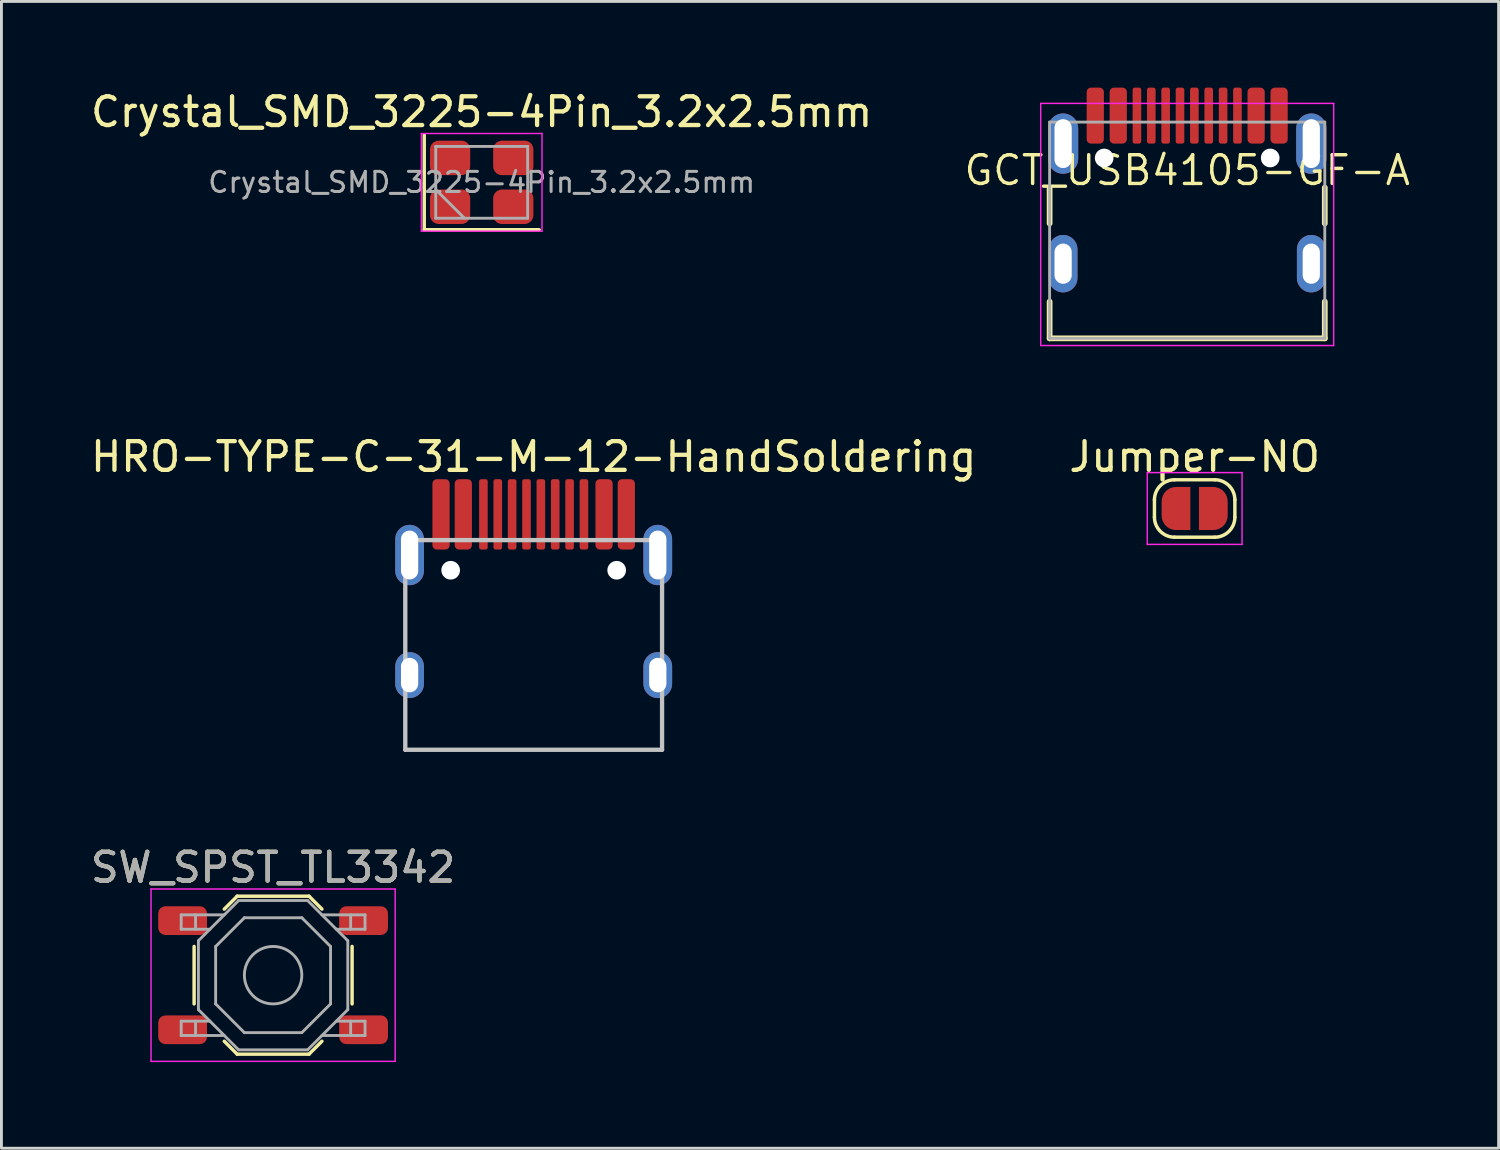
<source format=kicad_pcb>
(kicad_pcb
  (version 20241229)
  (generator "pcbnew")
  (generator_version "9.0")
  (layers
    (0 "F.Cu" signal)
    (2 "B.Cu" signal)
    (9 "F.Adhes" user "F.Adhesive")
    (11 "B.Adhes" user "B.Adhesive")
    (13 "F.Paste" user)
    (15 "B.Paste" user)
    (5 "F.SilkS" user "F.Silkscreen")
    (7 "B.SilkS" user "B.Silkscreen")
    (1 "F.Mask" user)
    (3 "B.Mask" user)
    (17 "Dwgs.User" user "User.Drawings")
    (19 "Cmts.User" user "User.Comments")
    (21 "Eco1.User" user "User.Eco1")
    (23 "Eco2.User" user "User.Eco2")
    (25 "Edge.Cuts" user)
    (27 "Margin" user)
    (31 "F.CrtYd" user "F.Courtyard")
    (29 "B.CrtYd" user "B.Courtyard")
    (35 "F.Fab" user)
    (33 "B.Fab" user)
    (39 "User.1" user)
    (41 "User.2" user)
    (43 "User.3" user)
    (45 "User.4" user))
  (footprint "HRO-TYPE-C-31-M-12-HandSoldering"
    (layer "F.Cu")
    (at 15.53 23.053)
    (property "Reference" "HRO-TYPE-C-31-M-12-HandSoldering" (at 0 -10.2 0) (layer "F.SilkS") (effects (font (size 1 1) (thickness 0.15))))
    (attr smd)
    (fp_line (start -4.47 -7.3) (end 4.47 -7.3) (stroke (width 0.15) (type solid)) (layer "Dwgs.User"))
    (fp_line (start -4.47 0) (end -4.47 -7.3) (stroke (width 0.15) (type solid)) (layer "Dwgs.User"))
    (fp_line (start -4.47 0) (end 4.47 0) (stroke (width 0.15) (type solid)) (layer "Dwgs.User"))
    (fp_line (start 4.47 0) (end 4.47 -7.3) (stroke (width 0.15) (type solid)) (layer "Dwgs.User"))
    (pad "" np_thru_hole circle (at -2.89 -6.25) (size 0.65 0.65) (drill 0.65) (layers "*.Cu" "*.Mask"))
    (pad "" np_thru_hole circle (at 2.89 -6.25) (size 0.65 0.65) (drill 0.65) (layers "*.Cu" "*.Mask"))
    (pad "1" smd roundrect (at -3.225 -8.195) (size 0.6 2.45) (layers "F.Cu" "F.Mask" "F.Paste") (roundrect_rratio 0.25))
    (pad "2" smd roundrect (at -2.45 -8.195) (size 0.6 2.45) (layers "F.Cu" "F.Mask" "F.Paste") (roundrect_rratio 0.25))
    (pad "3" smd roundrect (at -1.75 -8.195) (size 0.3 2.45) (layers "F.Cu" "F.Mask" "F.Paste") (roundrect_rratio 0.25))
    (pad "4" smd roundrect (at -1.25 -8.195) (size 0.3 2.45) (layers "F.Cu" "F.Mask" "F.Paste") (roundrect_rratio 0.25))
    (pad "5" smd roundrect (at -0.75 -8.195) (size 0.3 2.45) (layers "F.Cu" "F.Mask" "F.Paste") (roundrect_rratio 0.25))
    (pad "6" smd roundrect (at -0.25 -8.195) (size 0.3 2.45) (layers "F.Cu" "F.Mask" "F.Paste") (roundrect_rratio 0.25))
    (pad "7" smd roundrect (at 0.25 -8.195) (size 0.3 2.45) (layers "F.Cu" "F.Mask" "F.Paste") (roundrect_rratio 0.25))
    (pad "8" smd roundrect (at 0.75 -8.195) (size 0.3 2.45) (layers "F.Cu" "F.Mask" "F.Paste") (roundrect_rratio 0.25))
    (pad "9" smd roundrect (at 1.25 -8.195) (size 0.3 2.45) (layers "F.Cu" "F.Mask" "F.Paste") (roundrect_rratio 0.25))
    (pad "10" smd roundrect (at 1.75 -8.195) (size 0.3 2.45) (layers "F.Cu" "F.Mask" "F.Paste") (roundrect_rratio 0.25))
    (pad "11" smd roundrect (at 2.45 -8.195) (size 0.6 2.45) (layers "F.Cu" "F.Mask" "F.Paste") (roundrect_rratio 0.25))
    (pad "12" smd roundrect (at 3.225 -8.195) (size 0.6 2.45) (layers "F.Cu" "F.Mask" "F.Paste") (roundrect_rratio 0.25))
    (pad "13" thru_hole oval (at -4.32 -6.78) (size 1 2.1) (drill oval 0.6 1.7) (layers "*.Cu" "B.Mask"))
    (pad "13" thru_hole oval (at -4.32 -2.6) (size 1 1.6) (drill oval 0.6 1.2) (layers "*.Cu" "B.Mask"))
    (pad "13" thru_hole oval (at 4.32 -6.78) (size 1 2.1) (drill oval 0.6 1.7) (layers "*.Cu" "B.Mask"))
    (pad "13" thru_hole oval (at 4.32 -2.6) (size 1 1.6) (drill oval 0.6 1.2) (layers "*.Cu" "B.Mask")))
  (footprint "SW_SPST_TL3342"
    (layer "F.Cu")
    (at 6.458 30.901)
    (property "Reference" "SW_SPST_TL3342" (at 0 -3.75 0) (layer "F.SilkS") (effects (font (size 1 1) (thickness 0.15))))
    (attr smd)
    (fp_line (start -2.75 -1) (end -2.75 1) (stroke (width 0.12) (type solid)) (layer "F.SilkS"))
    (fp_line (start -1.7 -2.3) (end -1.25 -2.75) (stroke (width 0.12) (type solid)) (layer "F.SilkS"))
    (fp_line (start -1.7 2.3) (end -1.25 2.75) (stroke (width 0.12) (type solid)) (layer "F.SilkS"))
    (fp_line (start -1.25 -2.75) (end 1.25 -2.75) (stroke (width 0.12) (type solid)) (layer "F.SilkS"))
    (fp_line (start -1.25 2.75) (end 1.25 2.75) (stroke (width 0.12) (type solid)) (layer "F.SilkS"))
    (fp_line (start 1.7 -2.3) (end 1.25 -2.75) (stroke (width 0.12) (type solid)) (layer "F.SilkS"))
    (fp_line (start 1.7 2.3) (end 1.25 2.75) (stroke (width 0.12) (type solid)) (layer "F.SilkS"))
    (fp_line (start 2.75 -1) (end 2.75 1) (stroke (width 0.12) (type solid)) (layer "F.SilkS"))
    (fp_line (start -4.25 -3) (end 4.25 -3) (stroke (width 0.05) (type solid)) (layer "F.CrtYd"))
    (fp_line (start -4.25 3) (end -4.25 -3) (stroke (width 0.05) (type solid)) (layer "F.CrtYd"))
    (fp_line (start 4.25 -3) (end 4.25 3) (stroke (width 0.05) (type solid)) (layer "F.CrtYd"))
    (fp_line (start 4.25 3) (end -4.25 3) (stroke (width 0.05) (type solid)) (layer "F.CrtYd"))
    (fp_line (start -3.2 -2.1) (end -3.2 -1.6) (stroke (width 0.1) (type solid)) (layer "F.Fab"))
    (fp_line (start -3.2 -1.6) (end -2.2 -1.6) (stroke (width 0.1) (type solid)) (layer "F.Fab"))
    (fp_line (start -3.2 1.6) (end -2.2 1.6) (stroke (width 0.1) (type solid)) (layer "F.Fab"))
    (fp_line (start -3.2 2.1) (end -3.2 1.6) (stroke (width 0.1) (type solid)) (layer "F.Fab"))
    (fp_line (start -2.7 -2.1) (end -2.7 -1.6) (stroke (width 0.1) (type solid)) (layer "F.Fab"))
    (fp_line (start -2.7 2.1) (end -2.7 1.6) (stroke (width 0.1) (type solid)) (layer "F.Fab"))
    (fp_line (start -2.6 -1.2) (end -2.6 1.2) (stroke (width 0.1) (type solid)) (layer "F.Fab"))
    (fp_line (start -2.6 1.2) (end -1.2 2.6) (stroke (width 0.1) (type solid)) (layer "F.Fab"))
    (fp_line (start -2 -1) (end -1 -2) (stroke (width 0.1) (type solid)) (layer "F.Fab"))
    (fp_line (start -2 1) (end -2 -1) (stroke (width 0.1) (type solid)) (layer "F.Fab"))
    (fp_line (start -1.7 -2.1) (end -3.2 -2.1) (stroke (width 0.1) (type solid)) (layer "F.Fab"))
    (fp_line (start -1.7 2.1) (end -3.2 2.1) (stroke (width 0.1) (type solid)) (layer "F.Fab"))
    (fp_line (start -1.2 -2.6) (end -2.6 -1.2) (stroke (width 0.1) (type solid)) (layer "F.Fab"))
    (fp_line (start -1.2 2.6) (end 1.2 2.6) (stroke (width 0.1) (type solid)) (layer "F.Fab"))
    (fp_line (start -1 -2) (end 1 -2) (stroke (width 0.1) (type solid)) (layer "F.Fab"))
    (fp_line (start -1 2) (end -2 1) (stroke (width 0.1) (type solid)) (layer "F.Fab"))
    (fp_line (start 1 -2) (end 2 -1) (stroke (width 0.1) (type solid)) (layer "F.Fab"))
    (fp_line (start 1 2) (end -1 2) (stroke (width 0.1) (type solid)) (layer "F.Fab"))
    (fp_line (start 1.2 -2.6) (end -1.2 -2.6) (stroke (width 0.1) (type solid)) (layer "F.Fab"))
    (fp_line (start 1.2 2.6) (end 2.6 1.2) (stroke (width 0.1) (type solid)) (layer "F.Fab"))
    (fp_line (start 1.7 -2.1) (end 3.2 -2.1) (stroke (width 0.1) (type solid)) (layer "F.Fab"))
    (fp_line (start 1.7 2.1) (end 3.2 2.1) (stroke (width 0.1) (type solid)) (layer "F.Fab"))
    (fp_line (start 2 -1) (end 2 1) (stroke (width 0.1) (type solid)) (layer "F.Fab"))
    (fp_line (start 2 1) (end 1 2) (stroke (width 0.1) (type solid)) (layer "F.Fab"))
    (fp_line (start 2.6 -1.2) (end 1.2 -2.6) (stroke (width 0.1) (type solid)) (layer "F.Fab"))
    (fp_line (start 2.6 1.2) (end 2.6 -1.2) (stroke (width 0.1) (type solid)) (layer "F.Fab"))
    (fp_line (start 2.7 -2.1) (end 2.7 -1.6) (stroke (width 0.1) (type solid)) (layer "F.Fab"))
    (fp_line (start 2.7 2.1) (end 2.7 1.6) (stroke (width 0.1) (type solid)) (layer "F.Fab"))
    (fp_line (start 3.2 -2.1) (end 3.2 -1.6) (stroke (width 0.1) (type solid)) (layer "F.Fab"))
    (fp_line (start 3.2 -1.6) (end 2.2 -1.6) (stroke (width 0.1) (type solid)) (layer "F.Fab"))
    (fp_line (start 3.2 1.6) (end 2.2 1.6) (stroke (width 0.1) (type solid)) (layer "F.Fab"))
    (fp_line (start 3.2 2.1) (end 3.2 1.6) (stroke (width 0.1) (type solid)) (layer "F.Fab"))
    (fp_circle (center 0 0) (end 1 0) (stroke (width 0.1) (type solid)) (fill no) (layer "F.Fab"))
    (fp_text user "${REFERENCE}" (at 0 -3.75 0) (layer "F.Fab") (effects (font (size 1 1) (thickness 0.15))))
    (pad "1" smd roundrect (at -3.15 -1.9) (size 1.7 1) (layers "F.Cu" "F.Mask" "F.Paste") (roundrect_rratio 0.25))
    (pad "1" smd roundrect (at 3.15 -1.9) (size 1.7 1) (layers "F.Cu" "F.Mask" "F.Paste") (roundrect_rratio 0.25))
    (pad "2" smd roundrect (at -3.15 1.9) (size 1.7 1) (layers "F.Cu" "F.Mask" "F.Paste") (roundrect_rratio 0.25))
    (pad "2" smd roundrect (at 3.15 1.9) (size 1.7 1) (layers "F.Cu" "F.Mask" "F.Paste") (roundrect_rratio 0.25)))
  (footprint "GCT_USB4105-GF-A"
    (layer "F.Cu")
    (at 38.282 5.13)
    (property "Reference" "GCT_USB4105-GF-A" (at 0 -2.25 0) (layer "F.SilkS") (effects (font (size 1 1) (thickness 0.12))))
    (attr smd)
    (fp_line (start -4.79 -1.65) (end -4.79 -0.4) (stroke (width 0.2) (type solid)) (layer "F.SilkS"))
    (fp_line (start -4.79 2.32) (end -4.79 3.6) (stroke (width 0.2) (type solid)) (layer "F.SilkS"))
    (fp_line (start -4.79 3.6) (end 4.79 3.6) (stroke (width 0.2) (type solid)) (layer "F.SilkS"))
    (fp_line (start 4.79 -1.65) (end 4.79 -0.4) (stroke (width 0.2) (type solid)) (layer "F.SilkS"))
    (fp_line (start 4.79 3.6) (end 4.79 2.32) (stroke (width 0.2) (type solid)) (layer "F.SilkS"))
    (fp_line (start -5.1 -4.58) (end -5.1 3.85) (stroke (width 0.05) (type solid)) (layer "F.CrtYd"))
    (fp_line (start -5.1 3.85) (end 5.1 3.85) (stroke (width 0.05) (type solid)) (layer "F.CrtYd"))
    (fp_line (start 5.1 -4.58) (end -5.1 -4.58) (stroke (width 0.05) (type solid)) (layer "F.CrtYd"))
    (fp_line (start 5.1 3.85) (end 5.1 -4.58) (stroke (width 0.05) (type solid)) (layer "F.CrtYd"))
    (fp_line (start -4.79 -3.93) (end 4.79 -3.93) (stroke (width 0.1) (type solid)) (layer "F.Fab"))
    (fp_line (start -4.79 3.6) (end -4.79 -3.93) (stroke (width 0.1) (type solid)) (layer "F.Fab"))
    (fp_line (start 4.79 -3.93) (end 4.79 3.6) (stroke (width 0.1) (type solid)) (layer "F.Fab"))
    (fp_line (start 4.79 3.6) (end -4.79 3.6) (stroke (width 0.1) (type solid)) (layer "F.Fab"))
    (pad "" np_thru_hole circle (at -2.89 -2.68) (size 0.65 0.65) (drill 0.65) (layers "*.Cu" "*.Mask"))
    (pad "" np_thru_hole circle (at 2.89 -2.68) (size 0.65 0.65) (drill 0.65) (layers "*.Cu" "*.Mask"))
    (pad "A1/B12" smd roundrect (at -3.2 -4.155) (size 0.6 1.95) (layers "F.Cu" "F.Mask" "F.Paste") (roundrect_rratio 0.25))
    (pad "A4/B9" smd roundrect (at -2.4 -4.155) (size 0.6 1.95) (layers "F.Cu" "F.Mask" "F.Paste") (roundrect_rratio 0.25))
    (pad "A5" smd roundrect (at -1.25 -4.155) (size 0.3 1.95) (layers "F.Cu" "F.Mask" "F.Paste") (roundrect_rratio 0.25))
    (pad "A6" smd roundrect (at -0.25 -4.155) (size 0.3 1.95) (layers "F.Cu" "F.Mask" "F.Paste") (roundrect_rratio 0.25))
    (pad "A7" smd roundrect (at 0.25 -4.155) (size 0.3 1.95) (layers "F.Cu" "F.Mask" "F.Paste") (roundrect_rratio 0.25))
    (pad "A8" smd roundrect (at 1.25 -4.155) (size 0.3 1.95) (layers "F.Cu" "F.Mask" "F.Paste") (roundrect_rratio 0.25))
    (pad "B1/A12" smd roundrect (at 3.2 -4.155) (size 0.6 1.95) (layers "F.Cu" "F.Mask" "F.Paste") (roundrect_rratio 0.25))
    (pad "B4/A9" smd roundrect (at 2.4 -4.155) (size 0.6 1.95) (layers "F.Cu" "F.Mask" "F.Paste") (roundrect_rratio 0.25))
    (pad "B5" smd roundrect (at 1.75 -4.155) (size 0.3 1.95) (layers "F.Cu" "F.Mask" "F.Paste") (roundrect_rratio 0.25))
    (pad "B6" smd roundrect (at 0.75 -4.155) (size 0.3 1.95) (layers "F.Cu" "F.Mask" "F.Paste") (roundrect_rratio 0.25))
    (pad "B7" smd roundrect (at -0.75 -4.155) (size 0.3 1.95) (layers "F.Cu" "F.Mask" "F.Paste") (roundrect_rratio 0.25))
    (pad "B8" smd roundrect (at -1.75 -4.155) (size 0.3 1.95) (layers "F.Cu" "F.Mask" "F.Paste") (roundrect_rratio 0.25))
    (pad "G1" thru_hole oval (at -4.32 1) (size 1 2) (drill oval 0.6 1.4) (layers "*.Cu" "*.Mask"))
    (pad "G2" thru_hole oval (at 4.32 1) (size 1 2) (drill oval 0.6 1.4) (layers "*.Cu" "*.Mask"))
    (pad "G3" thru_hole oval (at -4.32 -3.18) (size 1.05 2.1) (drill oval 0.6 1.7) (layers "*.Cu" "*.Mask"))
    (pad "G4" thru_hole oval (at 4.32 -3.18) (size 1.05 2.1) (drill oval 0.6 1.7) (layers "*.Cu" "*.Mask")))
  (footprint "Crystal_SMD_3225-4Pin_3.2x2.5mm"
    (layer "F.Cu")
    (at 13.72 3.298)
    (property "Reference" "Crystal_SMD_3225-4Pin_3.2x2.5mm" (at 0 -2.45 0) (layer "F.SilkS") (effects (font (size 1 1) (thickness 0.15))))
    (attr smd)
    (fp_line (start -2 -1.65) (end -2 1.65) (stroke (width 0.12) (type solid)) (layer "F.SilkS"))
    (fp_line (start -2 1.65) (end 2 1.65) (stroke (width 0.12) (type solid)) (layer "F.SilkS"))
    (fp_line (start -2.1 -1.7) (end -2.1 1.7) (stroke (width 0.05) (type solid)) (layer "F.CrtYd"))
    (fp_line (start -2.1 1.7) (end 2.1 1.7) (stroke (width 0.05) (type solid)) (layer "F.CrtYd"))
    (fp_line (start 2.1 -1.7) (end -2.1 -1.7) (stroke (width 0.05) (type solid)) (layer "F.CrtYd"))
    (fp_line (start 2.1 1.7) (end 2.1 -1.7) (stroke (width 0.05) (type solid)) (layer "F.CrtYd"))
    (fp_line (start -1.6 -1.25) (end -1.6 1.25) (stroke (width 0.1) (type solid)) (layer "F.Fab"))
    (fp_line (start -1.6 0.25) (end -0.6 1.25) (stroke (width 0.1) (type solid)) (layer "F.Fab"))
    (fp_line (start -1.6 1.25) (end 1.6 1.25) (stroke (width 0.1) (type solid)) (layer "F.Fab"))
    (fp_line (start 1.6 -1.25) (end -1.6 -1.25) (stroke (width 0.1) (type solid)) (layer "F.Fab"))
    (fp_line (start 1.6 1.25) (end 1.6 -1.25) (stroke (width 0.1) (type solid)) (layer "F.Fab"))
    (fp_text user "${REFERENCE}" (at 0 0 0) (layer "F.Fab") (effects (font (size 0.7 0.7) (thickness 0.105))))
    (pad "1" smd roundrect (at -1.1 0.85) (size 1.4 1.2) (layers "F.Cu" "F.Mask" "F.Paste") (roundrect_rratio 0.25))
    (pad "2" smd roundrect (at 1.1 0.85) (size 1.4 1.2) (layers "F.Cu" "F.Mask" "F.Paste") (roundrect_rratio 0.25))
    (pad "3" smd roundrect (at 1.1 -0.85) (size 1.4 1.2) (layers "F.Cu" "F.Mask" "F.Paste") (roundrect_rratio 0.25))
    (pad "4" smd roundrect (at -1.1 -0.85) (size 1.4 1.2) (layers "F.Cu" "F.Mask" "F.Paste") (roundrect_rratio 0.25)))
  (footprint "Jumper-NO"
    (layer "F.Cu")
    (at 38.542 14.653)
    (property "Reference" "Jumper-NO" (at 0 -1.8 0) (layer "F.SilkS") (effects (font (size 1 1) (thickness 0.15))))
    (attr exclude_from_pos_files exclude_from_bom)
    (fp_line (start -1.4 0.3) (end -1.4 -0.3) (stroke (width 0.12) (type solid)) (layer "F.SilkS"))
    (fp_line (start -0.7 -1) (end 0.7 -1) (stroke (width 0.12) (type solid)) (layer "F.SilkS"))
    (fp_line (start 0.7 1) (end -0.7 1) (stroke (width 0.12) (type solid)) (layer "F.SilkS"))
    (fp_line (start 1.4 -0.3) (end 1.4 0.3) (stroke (width 0.12) (type solid)) (layer "F.SilkS"))
    (fp_arc (start -1.4 -0.3) (mid -1.194975 -0.794975) (end -0.7 -1) (stroke (width 0.12) (type solid)) (layer "F.SilkS"))
    (fp_arc (start -0.7 1) (mid -1.194975 0.794975) (end -1.4 0.3) (stroke (width 0.12) (type solid)) (layer "F.SilkS"))
    (fp_arc (start 0.7 -1) (mid 1.194975 -0.794975) (end 1.4 -0.3) (stroke (width 0.12) (type solid)) (layer "F.SilkS"))
    (fp_arc (start 1.4 0.3) (mid 1.194975 0.794975) (end 0.7 1) (stroke (width 0.12) (type solid)) (layer "F.SilkS"))
    (fp_line (start -1.65 -1.25) (end -1.65 1.25) (stroke (width 0.05) (type solid)) (layer "F.CrtYd"))
    (fp_line (start -1.65 -1.25) (end 1.65 -1.25) (stroke (width 0.05) (type solid)) (layer "F.CrtYd"))
    (fp_line (start 1.65 1.25) (end -1.65 1.25) (stroke (width 0.05) (type solid)) (layer "F.CrtYd"))
    (fp_line (start 1.65 1.25) (end 1.65 -1.25) (stroke (width 0.05) (type solid)) (layer "F.CrtYd"))
    (pad "1" smd custom (at -0.65 0) (size 1 0.5) (layers "F.Cu" "F.Mask") (options (anchor rect)) (primitives (gr_circle (center 0 0.25) (end 0.5 0.25) (width 0) (fill yes)) (gr_circle (center 0 -0.25) (end 0.5 -0.25) (width 0) (fill yes)) (gr_poly (pts (xy 0 -0.75) (xy 0.5 -0.75) (xy 0.5 0.75) (xy 0 0.75)) (width 0) (fill yes))))
    (pad "2" smd custom (at 0.65 0) (size 1 0.5) (layers "F.Cu" "F.Mask") (options (anchor rect)) (primitives (gr_circle (center 0 0.25) (end 0.5 0.25) (width 0) (fill yes)) (gr_circle (center 0 -0.25) (end 0.5 -0.25) (width 0) (fill yes)) (gr_poly (pts (xy 0 -0.75) (xy -0.5 -0.75) (xy -0.5 0.75) (xy 0 0.75)) (width 0) (fill yes)))))
  (gr_rect
    (start -3 -3)
    (end 49.124 36.926)
    (stroke (width 0.1) (type default))
    (fill no)
    (layer "Edge.Cuts")))
</source>
